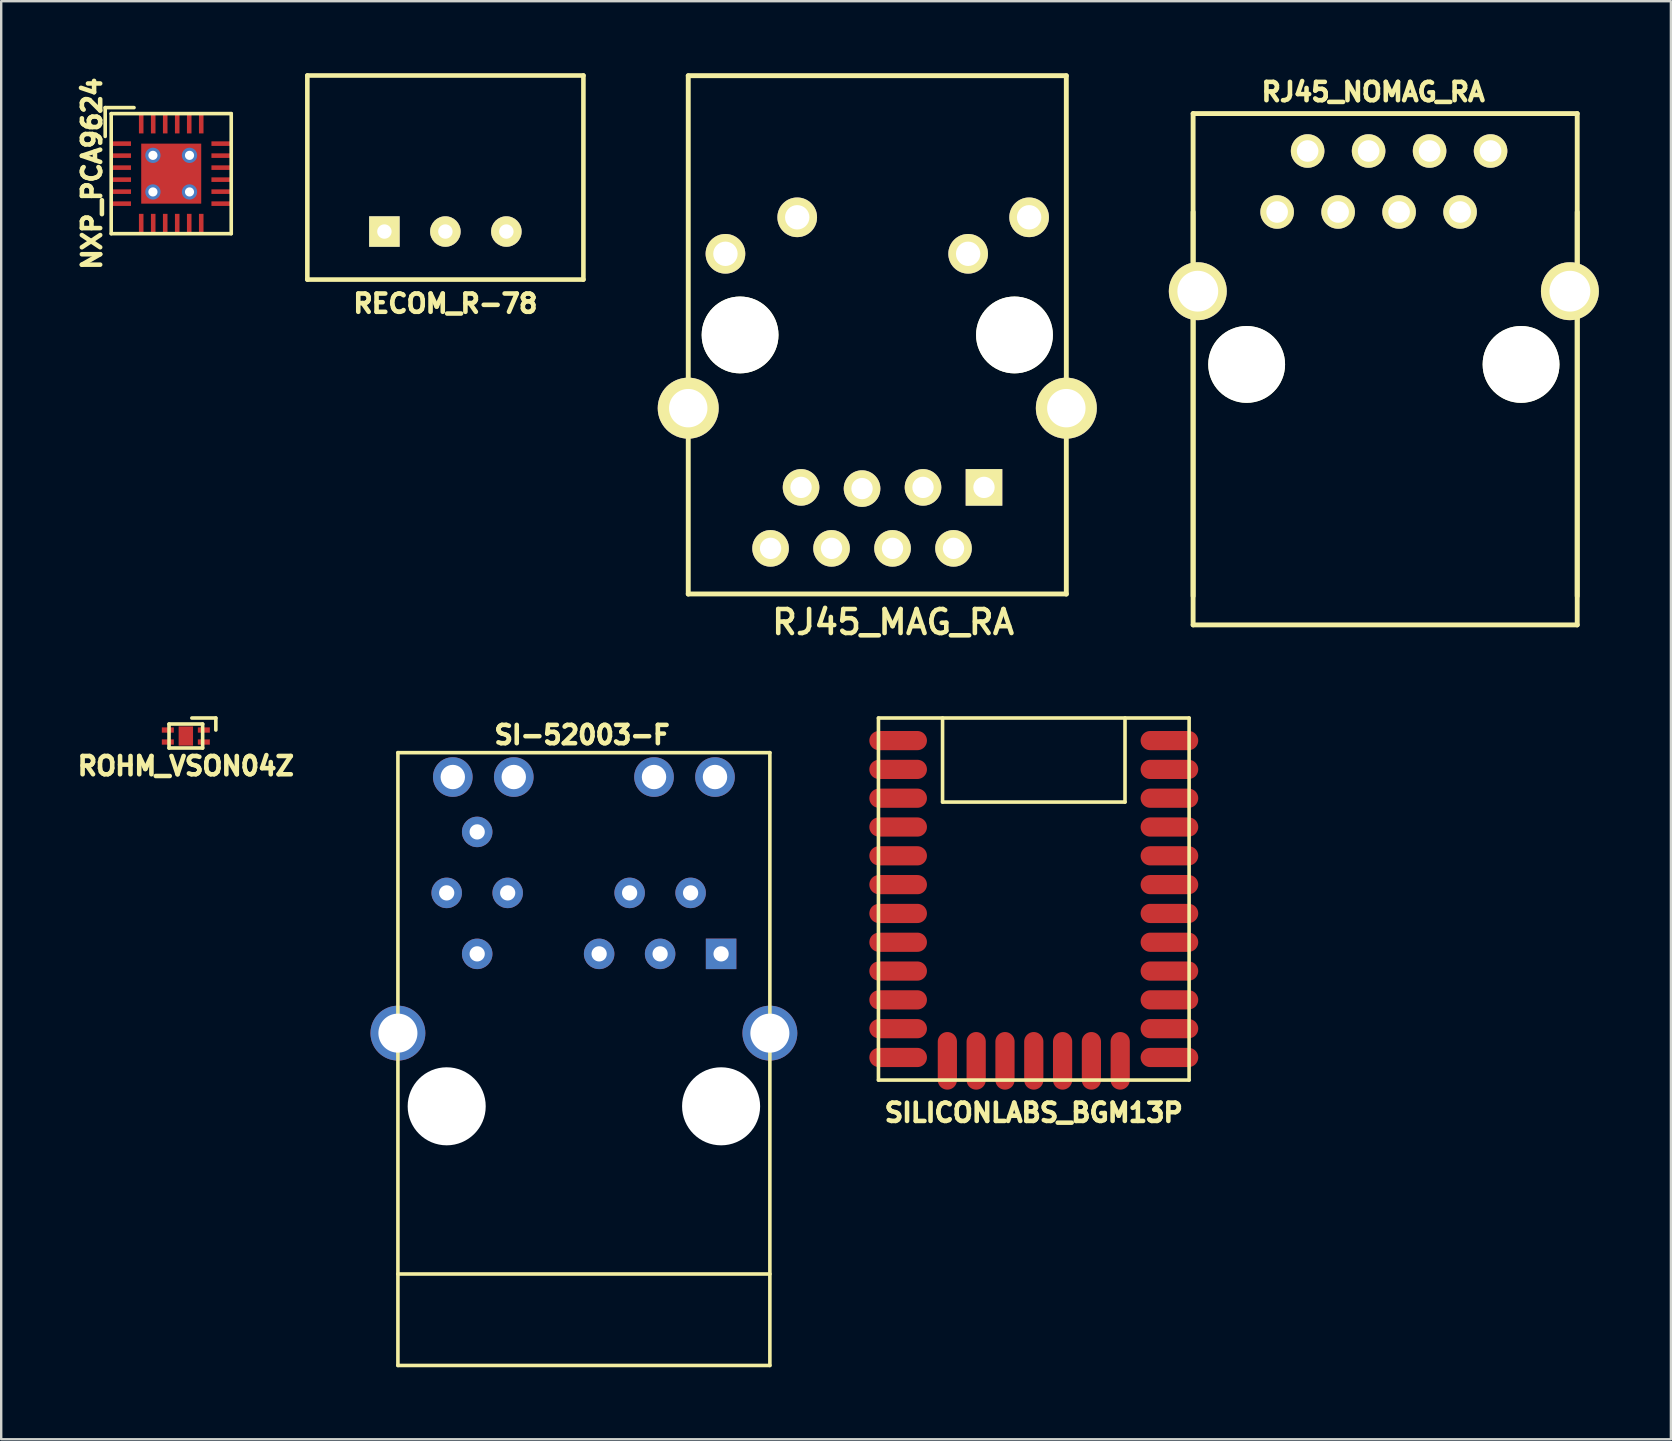
<source format=kicad_pcb>
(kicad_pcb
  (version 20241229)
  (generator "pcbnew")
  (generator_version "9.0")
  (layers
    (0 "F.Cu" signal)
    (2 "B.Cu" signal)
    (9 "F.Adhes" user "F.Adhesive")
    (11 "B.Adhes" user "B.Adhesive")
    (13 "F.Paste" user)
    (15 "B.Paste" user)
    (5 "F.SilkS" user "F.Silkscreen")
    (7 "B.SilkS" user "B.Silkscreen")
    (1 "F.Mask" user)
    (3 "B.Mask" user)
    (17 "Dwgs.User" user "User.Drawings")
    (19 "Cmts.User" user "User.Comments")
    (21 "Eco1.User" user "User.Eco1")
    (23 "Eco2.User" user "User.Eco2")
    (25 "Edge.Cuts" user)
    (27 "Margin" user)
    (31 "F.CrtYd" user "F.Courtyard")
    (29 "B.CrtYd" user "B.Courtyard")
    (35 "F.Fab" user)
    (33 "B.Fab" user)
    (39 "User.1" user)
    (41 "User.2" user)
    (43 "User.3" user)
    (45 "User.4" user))
  (footprint "RECOM_R-78"
    (layer "F.Cu")
    (at 15.502 6.595)
    (property "Reference" "RECOM_R-78" (at 0 3 0) (layer "F.SilkS") (effects (font (size 0.762 0.762) (thickness 0.191))))
    (attr through_hole)
    (fp_line (start -5.75 -6.5) (end 5.75 -6.5) (stroke (width 0.191) (type solid)) (layer "F.SilkS"))
    (fp_line (start -5.75 2) (end -5.75 -6.5) (stroke (width 0.191) (type solid)) (layer "F.SilkS"))
    (fp_line (start -5.75 2) (end 5.75 2) (stroke (width 0.191) (type solid)) (layer "F.SilkS"))
    (fp_line (start 5.75 2) (end 5.75 -6.5) (stroke (width 0.191) (type solid)) (layer "F.SilkS"))
    (pad "1" thru_hole rect (at -2.54 0) (size 1.27 1.27) (drill 0.6) (layers "*.Cu" "*.Mask" "F.SilkS"))
    (pad "2" thru_hole circle (at 0 0) (size 1.27 1.27) (drill 0.6) (layers "*.Cu" "*.Mask" "F.SilkS"))
    (pad "3" thru_hole circle (at 2.54 0) (size 1.27 1.27) (drill 0.6) (layers "*.Cu" "*.Mask" "F.SilkS")))
  (footprint "NXP_PCA9624"
    (layer "F.Cu")
    (at 4.082 4.183)
    (property "Reference" "NXP_PCA9624" (at -3.302 0 90) (layer "F.SilkS") (effects (font (size 0.762 0.762) (thickness 0.191))))
    (attr through_hole)
    (fp_line (start -2.75 -2.75) (end -1.55 -2.75) (stroke (width 0.15) (type solid)) (layer "F.SilkS"))
    (fp_line (start -2.75 -1.55) (end -2.75 -2.75) (stroke (width 0.15) (type solid)) (layer "F.SilkS"))
    (fp_line (start -2.5 -2.5) (end -2.5 2.5) (stroke (width 0.15) (type solid)) (layer "F.SilkS"))
    (fp_line (start -2.5 2.5) (end 2.5 2.5) (stroke (width 0.15) (type solid)) (layer "F.SilkS"))
    (fp_line (start 2.5 -2.5) (end -2.5 -2.5) (stroke (width 0.15) (type solid)) (layer "F.SilkS"))
    (fp_line (start 2.5 2.5) (end 2.5 -2.5) (stroke (width 0.15) (type solid)) (layer "F.SilkS"))
    (pad "1" smd rect (at -2.1 -1.25) (size 0.85 0.19) (layers "F.Cu" "F.Mask"))
    (pad "2" smd rect (at -2.1 -0.75) (size 0.85 0.19) (layers "F.Cu" "F.Mask"))
    (pad "3" smd rect (at -2.1 -0.25) (size 0.85 0.19) (layers "F.Cu" "F.Mask"))
    (pad "4" smd rect (at -2.1 0.25) (size 0.85 0.19) (layers "F.Cu" "F.Mask"))
    (pad "5" smd rect (at -2.1 0.75) (size 0.85 0.19) (layers "F.Cu" "F.Mask"))
    (pad "6" smd rect (at -2.1 1.25) (size 0.85 0.19) (layers "F.Cu" "F.Mask"))
    (pad "7" smd rect (at -1.25 2.1) (size 0.19 0.85) (layers "F.Cu" "F.Mask"))
    (pad "8" smd rect (at -0.75 2.1) (size 0.19 0.85) (layers "F.Cu" "F.Mask"))
    (pad "9" smd rect (at -0.25 2.1) (size 0.19 0.85) (layers "F.Cu" "F.Mask"))
    (pad "10" smd rect (at 0.25 2.1) (size 0.19 0.85) (layers "F.Cu" "F.Mask"))
    (pad "11" smd rect (at 0.75 2.1) (size 0.19 0.85) (layers "F.Cu" "F.Mask"))
    (pad "12" smd rect (at 1.25 2.1) (size 0.19 0.85) (layers "F.Cu" "F.Mask"))
    (pad "13" smd rect (at 2.1 1.25) (size 0.85 0.19) (layers "F.Cu" "F.Mask"))
    (pad "14" smd rect (at 2.1 0.75) (size 0.85 0.19) (layers "F.Cu" "F.Mask"))
    (pad "15" smd rect (at 2.1 0.25) (size 0.85 0.19) (layers "F.Cu" "F.Mask"))
    (pad "16" smd rect (at 2.1 -0.25) (size 0.85 0.19) (layers "F.Cu" "F.Mask"))
    (pad "17" smd rect (at 2.1 -0.75) (size 0.85 0.19) (layers "F.Cu" "F.Mask"))
    (pad "18" smd rect (at 2.1 -1.25) (size 0.85 0.19) (layers "F.Cu" "F.Mask"))
    (pad "19" smd rect (at 1.25 -2.1) (size 0.19 0.85) (layers "F.Cu" "F.Mask"))
    (pad "20" smd rect (at 0.75 -2.1) (size 0.19 0.85) (layers "F.Cu" "F.Mask"))
    (pad "21" smd rect (at 0.25 -2.1) (size 0.19 0.85) (layers "F.Cu" "F.Mask"))
    (pad "22" smd rect (at -0.25 -2.1) (size 0.19 0.85) (layers "F.Cu" "F.Mask"))
    (pad "23" smd rect (at -0.75 -2.1) (size 0.19 0.85) (layers "F.Cu" "F.Mask"))
    (pad "24" smd rect (at -1.25 -2.1) (size 0.19 0.85) (layers "F.Cu" "F.Mask"))
    (pad "25" thru_hole circle (at -0.762 -0.762) (size 0.635 0.635) (drill 0.381) (layers "*.Cu" "F.Mask"))
    (pad "25" thru_hole circle (at -0.762 0.762) (size 0.635 0.635) (drill 0.381) (layers "*.Cu" "F.Mask"))
    (pad "25" smd rect (at 0 0) (size 2.5 2.5) (layers "F.Cu" "F.Mask"))
    (pad "25" thru_hole circle (at 0.762 -0.762) (size 0.635 0.635) (drill 0.381) (layers "*.Cu" "*.Mask"))
    (pad "25" thru_hole circle (at 0.762 0.762) (size 0.635 0.635) (drill 0.381) (layers "*.Cu" "F.Mask")))
  (footprint "RJ45_MAG_RA"
    (layer "F.Cu")
    (at 39.208 10.902)
    (property "Reference" "RJ45_MAG_RA" (at -5.055 11.963 0) (layer "F.SilkS") (effects (font (size 1 1) (thickness 0.191))))
    (attr through_hole)
    (fp_line (start -13.589 10.795) (end -13.589 -10.795) (stroke (width 0.203) (type solid)) (layer "F.SilkS"))
    (fp_line (start 2.159 10.795) (end 2.159 -10.795) (stroke (width 0.203) (type solid)) (layer "F.SilkS"))
    (fp_line (start 2.16 -10.8) (end -13.59 -10.8) (stroke (width 0.203) (type solid)) (layer "F.SilkS"))
    (fp_line (start 2.16 10.79) (end -13.59 10.79) (stroke (width 0.203) (type solid)) (layer "F.SilkS"))
    (pad "" np_thru_hole circle (at -11.43 0) (size 3.2 3.2) (drill 3.2) (layers "*.Cu" "*.Mask" "F.SilkS"))
    (pad "" np_thru_hole circle (at 0 0) (size 3.2 3.2) (drill 3.2) (layers "*.Cu" "*.Mask" "F.SilkS"))
    (pad "1" thru_hole rect (at -1.27 6.35) (size 1.524 1.524) (drill 0.889) (layers "*.Cu" "*.Mask" "F.SilkS"))
    (pad "2" thru_hole circle (at -2.54 8.89) (size 1.524 1.524) (drill 0.889) (layers "*.Cu" "*.Mask" "F.SilkS"))
    (pad "3" thru_hole circle (at -3.81 6.35) (size 1.524 1.524) (drill 0.889) (layers "*.Cu" "*.Mask" "F.SilkS"))
    (pad "4" thru_hole circle (at -5.08 8.89) (size 1.524 1.524) (drill 0.889) (layers "*.Cu" "*.Mask" "F.SilkS"))
    (pad "5" thru_hole circle (at -6.35 6.4) (size 1.524 1.524) (drill 0.889) (layers "*.Cu" "*.Mask" "F.SilkS"))
    (pad "6" thru_hole circle (at -7.62 8.89) (size 1.524 1.524) (drill 0.889) (layers "*.Cu" "*.Mask" "F.SilkS"))
    (pad "7" thru_hole circle (at -8.89 6.35) (size 1.524 1.524) (drill 0.889) (layers "*.Cu" "*.Mask" "F.SilkS"))
    (pad "8" thru_hole circle (at -10.16 8.89) (size 1.524 1.524) (drill 0.889) (layers "*.Cu" "*.Mask" "F.SilkS"))
    (pad "9" thru_hole circle (at 0.61 -4.9) (size 1.651 1.651) (drill 1.016) (layers "*.Cu" "*.Mask" "F.SilkS"))
    (pad "10" thru_hole circle (at -1.93 -3.38) (size 1.651 1.651) (drill 1.016) (layers "*.Cu" "*.Mask" "F.SilkS"))
    (pad "11" thru_hole circle (at -9.05 -4.9) (size 1.651 1.651) (drill 1.016) (layers "*.Cu" "*.Mask" "F.SilkS"))
    (pad "12" thru_hole circle (at -12.04 -3.38) (size 1.651 1.651) (drill 1.016) (layers "*.Cu" "*.Mask" "F.SilkS"))
    (pad "SH1" thru_hole circle (at -13.59 3.05) (size 2.54 2.54) (drill 1.6) (layers "*.Cu" "*.Mask" "F.SilkS"))
    (pad "SH2" thru_hole circle (at 2.16 3.05) (size 2.54 2.54) (drill 1.6) (layers "*.Cu" "*.Mask" "F.SilkS")))
  (footprint "RJ45_NOMAG_RA"
    (layer "F.Cu")
    (at 50.149 5.78)
    (property "Reference" "RJ45_NOMAG_RA" (at 4 -5 0) (layer "F.SilkS") (effects (font (size 0.762 0.762) (thickness 0.191))))
    (attr through_hole)
    (fp_line (start -3.5 -4.1) (end -3.5 17.2) (stroke (width 0.203) (type solid)) (layer "F.SilkS"))
    (fp_line (start -3.5 0) (end -3.5 16) (stroke (width 0.203) (type solid)) (layer "F.SilkS"))
    (fp_line (start -3.5 17.2) (end 12.5 17.2) (stroke (width 0.203) (type solid)) (layer "F.SilkS"))
    (fp_line (start 12.5 -4.1) (end -3.5 -4.1) (stroke (width 0.203) (type solid)) (layer "F.SilkS"))
    (fp_line (start 12.5 0) (end 12.5 16) (stroke (width 0.203) (type solid)) (layer "F.SilkS"))
    (fp_line (start 12.5 17.2) (end 12.5 -4.1) (stroke (width 0.203) (type solid)) (layer "F.SilkS"))
    (pad "" np_thru_hole circle (at -1.27 6.35) (size 3.2 3.2) (drill 3.2) (layers "*.Cu" "*.Mask" "F.SilkS"))
    (pad "" np_thru_hole circle (at 10.16 6.35) (size 3.2 3.2) (drill 3.2) (layers "*.Cu" "*.Mask" "F.SilkS"))
    (pad "1" thru_hole circle (at 0 0) (size 1.397 1.397) (drill 0.9) (layers "*.Cu" "*.Mask" "F.SilkS"))
    (pad "2" thru_hole circle (at 1.27 -2.54) (size 1.397 1.397) (drill 0.9) (layers "*.Cu" "*.Mask" "F.SilkS"))
    (pad "3" thru_hole circle (at 2.54 0) (size 1.397 1.397) (drill 0.9) (layers "*.Cu" "*.Mask" "F.SilkS"))
    (pad "4" thru_hole circle (at 3.81 -2.54) (size 1.397 1.397) (drill 0.9) (layers "*.Cu" "*.Mask" "F.SilkS"))
    (pad "5" thru_hole circle (at 5.08 0) (size 1.397 1.397) (drill 0.9) (layers "*.Cu" "*.Mask" "F.SilkS"))
    (pad "6" thru_hole circle (at 6.35 -2.54) (size 1.397 1.397) (drill 0.9) (layers "*.Cu" "*.Mask" "F.SilkS"))
    (pad "7" thru_hole circle (at 7.62 0) (size 1.397 1.397) (drill 0.9) (layers "*.Cu" "*.Mask" "F.SilkS"))
    (pad "8" thru_hole circle (at 8.89 -2.54) (size 1.397 1.397) (drill 0.9) (layers "*.Cu" "*.Mask" "F.SilkS"))
    (pad "SH1" thru_hole circle (at -3.305 3.3) (size 2.413 2.413) (drill 1.7) (layers "*.Cu" "*.Mask" "F.SilkS"))
    (pad "SH2" thru_hole circle (at 12.195 3.3) (size 2.413 2.413) (drill 1.7) (layers "*.Cu" "*.Mask" "F.SilkS")))
  (footprint "SI-52003-F"
    (layer "F.Cu")
    (at 26.987 36.683)
    (property "Reference" "SI-52003-F" (at -5.791 -9.119 0) (layer "F.SilkS") (effects (font (size 0.762 0.762) (thickness 0.191))))
    (attr through_hole)
    (fp_line (start -13.462 -8.382) (end -13.462 17.145) (stroke (width 0.15) (type solid)) (layer "F.SilkS"))
    (fp_line (start -13.462 13.335) (end 2.032 13.335) (stroke (width 0.15) (type solid)) (layer "F.SilkS"))
    (fp_line (start -13.462 17.145) (end 2.032 17.145) (stroke (width 0.15) (type solid)) (layer "F.SilkS"))
    (fp_line (start 2.032 -8.382) (end -13.462 -8.382) (stroke (width 0.15) (type solid)) (layer "F.SilkS"))
    (fp_line (start 2.032 17.145) (end 2.032 -8.382) (stroke (width 0.15) (type solid)) (layer "F.SilkS"))
    (pad "" np_thru_hole circle (at -11.43 6.35) (size 3.251 3.251) (drill 3.251) (layers "*.Cu" "*.Mask"))
    (pad "" np_thru_hole circle (at 0 6.35) (size 3.251 3.251) (drill 3.251) (layers "*.Cu" "*.Mask"))
    (pad "1" thru_hole rect (at 0 0) (size 1.27 1.27) (drill 0.635) (layers "*.Cu" "*.Mask"))
    (pad "2" thru_hole circle (at -1.27 -2.54) (size 1.27 1.27) (drill 0.635) (layers "*.Cu" "*.Mask"))
    (pad "3" thru_hole circle (at -2.54 0) (size 1.27 1.27) (drill 0.635) (layers "*.Cu" "*.Mask"))
    (pad "4" thru_hole circle (at -3.81 -2.54) (size 1.27 1.27) (drill 0.635) (layers "*.Cu" "*.Mask"))
    (pad "5" thru_hole circle (at -5.08 0) (size 1.27 1.27) (drill 0.635) (layers "*.Cu" "*.Mask"))
    (pad "8" thru_hole circle (at -8.89 -2.54) (size 1.27 1.27) (drill 0.635) (layers "*.Cu" "*.Mask"))
    (pad "9" thru_hole circle (at -10.16 0) (size 1.27 1.27) (drill 0.635) (layers "*.Cu" "*.Mask"))
    (pad "10" thru_hole circle (at -11.43 -2.54) (size 1.27 1.27) (drill 0.635) (layers "*.Cu" "*.Mask"))
    (pad "11" thru_hole circle (at -10.16 -5.08) (size 1.27 1.27) (drill 0.635) (layers "*.Cu" "*.Mask"))
    (pad "12" thru_hole circle (at -11.176 -7.366) (size 1.651 1.651) (drill 1.016) (layers "*.Cu" "*.Mask"))
    (pad "13" thru_hole circle (at -8.636 -7.366) (size 1.651 1.651) (drill 1.016) (layers "*.Cu" "*.Mask"))
    (pad "14" thru_hole circle (at -2.794 -7.366) (size 1.651 1.651) (drill 1.016) (layers "*.Cu" "*.Mask"))
    (pad "15" thru_hole circle (at -0.254 -7.366) (size 1.651 1.651) (drill 1.016) (layers "*.Cu" "*.Mask"))
    (pad "SH1" thru_hole circle (at 2.032 3.302) (size 2.286 2.286) (drill 1.626) (layers "*.Cu" "*.Mask"))
    (pad "SH2" thru_hole circle (at -13.462 3.302) (size 2.286 2.286) (drill 1.626) (layers "*.Cu" "*.Mask")))
  (footprint "SILICONLABS_BGM13P"
    (layer "F.Cu")
    (at 40.012 34.399)
    (property "Reference" "SILICONLABS_BGM13P" (at 0 8.9 0) (layer "F.SilkS") (effects (font (size 0.762 0.762) (thickness 0.191))))
    (attr through_hole)
    (fp_line (start -6.47 -7.54) (end -6.47 7.54) (stroke (width 0.15) (type solid)) (layer "F.SilkS"))
    (fp_line (start -6.47 -7.54) (end 6.47 -7.54) (stroke (width 0.15) (type solid)) (layer "F.SilkS"))
    (fp_line (start -6.47 7.54) (end 6.47 7.54) (stroke (width 0.15) (type solid)) (layer "F.SilkS"))
    (fp_line (start -3.8 -7.54) (end -3.8 -4.04) (stroke (width 0.15) (type solid)) (layer "F.SilkS"))
    (fp_line (start -3.8 -4.04) (end 3.8 -4.04) (stroke (width 0.15) (type solid)) (layer "F.SilkS"))
    (fp_line (start 3.8 -7.54) (end 3.8 -4.04) (stroke (width 0.15) (type solid)) (layer "F.SilkS"))
    (fp_line (start 6.47 -7.54) (end 6.47 7.54) (stroke (width 0.15) (type solid)) (layer "F.SilkS"))
    (pad "1" smd oval (at -5.65 -6.6) (size 2.4 0.8) (layers "F.Cu" "F.Mask" "F.Paste"))
    (pad "2" smd oval (at -5.65 -5.4) (size 2.4 0.8) (layers "F.Cu" "F.Mask" "F.Paste"))
    (pad "3" smd oval (at -5.65 -4.2) (size 2.4 0.8) (layers "F.Cu" "F.Mask" "F.Paste"))
    (pad "4" smd oval (at -5.65 -3) (size 2.4 0.8) (layers "F.Cu" "F.Mask" "F.Paste"))
    (pad "5" smd oval (at -5.65 -1.8) (size 2.4 0.8) (layers "F.Cu" "F.Mask" "F.Paste"))
    (pad "6" smd oval (at -5.65 -0.6) (size 2.4 0.8) (layers "F.Cu" "F.Mask" "F.Paste"))
    (pad "7" smd oval (at -5.65 0.6) (size 2.4 0.8) (layers "F.Cu" "F.Mask" "F.Paste"))
    (pad "8" smd oval (at -5.65 1.8) (size 2.4 0.8) (layers "F.Cu" "F.Mask" "F.Paste"))
    (pad "9" smd oval (at -5.65 3) (size 2.4 0.8) (layers "F.Cu" "F.Mask" "F.Paste"))
    (pad "10" smd oval (at -5.65 4.2) (size 2.4 0.8) (layers "F.Cu" "F.Mask" "F.Paste"))
    (pad "11" smd oval (at -5.65 5.4) (size 2.4 0.8) (layers "F.Cu" "F.Mask" "F.Paste"))
    (pad "12" smd oval (at -5.65 6.6) (size 2.4 0.8) (layers "F.Cu" "F.Mask" "F.Paste"))
    (pad "13" smd oval (at -3.6 6.74) (size 0.8 2.4) (layers "F.Cu" "F.Mask" "F.Paste"))
    (pad "14" smd oval (at -2.4 6.74) (size 0.8 2.4) (layers "F.Cu" "F.Mask" "F.Paste"))
    (pad "15" smd oval (at -1.2 6.74) (size 0.8 2.4) (layers "F.Cu" "F.Mask" "F.Paste"))
    (pad "16" smd oval (at 0 6.74) (size 0.8 2.4) (layers "F.Cu" "F.Mask" "F.Paste"))
    (pad "17" smd oval (at 1.2 6.74) (size 0.8 2.4) (layers "F.Cu" "F.Mask" "F.Paste"))
    (pad "18" smd oval (at 2.4 6.74) (size 0.8 2.4) (layers "F.Cu" "F.Mask" "F.Paste"))
    (pad "19" smd oval (at 3.6 6.74) (size 0.8 2.4) (layers "F.Cu" "F.Mask" "F.Paste"))
    (pad "20" smd oval (at 5.65 6.6) (size 2.4 0.8) (layers "F.Cu" "F.Mask" "F.Paste"))
    (pad "21" smd oval (at 5.65 5.4) (size 2.4 0.8) (layers "F.Cu" "F.Mask" "F.Paste"))
    (pad "22" smd oval (at 5.65 4.2) (size 2.4 0.8) (layers "F.Cu" "F.Mask" "F.Paste"))
    (pad "23" smd oval (at 5.65 3) (size 2.4 0.8) (layers "F.Cu" "F.Mask" "F.Paste"))
    (pad "24" smd oval (at 5.65 1.8) (size 2.4 0.8) (layers "F.Cu" "F.Mask" "F.Paste"))
    (pad "25" smd oval (at 5.65 0.6) (size 2.4 0.8) (layers "F.Cu" "F.Mask" "F.Paste"))
    (pad "26" smd oval (at 5.65 -0.6) (size 2.4 0.8) (layers "F.Cu" "F.Mask" "F.Paste"))
    (pad "27" smd oval (at 5.65 -1.8) (size 2.4 0.8) (layers "F.Cu" "F.Mask" "F.Paste"))
    (pad "28" smd oval (at 5.65 -3) (size 2.4 0.8) (layers "F.Cu" "F.Mask" "F.Paste"))
    (pad "29" smd oval (at 5.65 -4.2) (size 2.4 0.8) (layers "F.Cu" "F.Mask" "F.Paste"))
    (pad "30" smd oval (at 5.65 -5.4) (size 2.4 0.8) (layers "F.Cu" "F.Mask" "F.Paste"))
    (pad "31" smd oval (at 5.65 -6.6) (size 2.4 0.8) (layers "F.Cu" "F.Mask" "F.Paste")))
  (footprint "ROHM_VSON04Z"
    (layer "F.Cu")
    (at 4.691 27.609)
    (property "Reference" "ROHM_VSON04Z" (at 0 1.25 0) (layer "F.SilkS") (effects (font (size 0.762 0.762) (thickness 0.191))))
    (attr through_hole)
    (fp_line (start -0.7 -0.5) (end -0.7 0.5) (stroke (width 0.15) (type solid)) (layer "F.SilkS"))
    (fp_line (start -0.7 -0.5) (end 0.7 -0.5) (stroke (width 0.15) (type solid)) (layer "F.SilkS"))
    (fp_line (start -0.7 0.5) (end 0.7 0.5) (stroke (width 0.15) (type solid)) (layer "F.SilkS"))
    (fp_line (start 0.25 -0.75) (end 1.25 -0.75) (stroke (width 0.15) (type solid)) (layer "F.SilkS"))
    (fp_line (start 0.7 -0.5) (end 0.7 0.5) (stroke (width 0.15) (type solid)) (layer "F.SilkS"))
    (fp_line (start 1.25 -0.75) (end 1.25 -0.25) (stroke (width 0.15) (type solid)) (layer "F.SilkS"))
    (pad "1" smd rect (at 0.75 -0.25) (size 0.5 0.22) (layers "F.Cu" "F.Mask" "F.Paste"))
    (pad "2" smd rect (at -0.75 -0.25) (size 0.5 0.22) (layers "F.Cu" "F.Mask" "F.Paste"))
    (pad "3" smd rect (at -0.75 0.25) (size 0.5 0.22) (layers "F.Cu" "F.Mask" "F.Paste"))
    (pad "4" smd rect (at 0.75 0.25) (size 0.5 0.22) (layers "F.Cu" "F.Mask" "F.Paste"))
    (pad "PAD" smd rect (at 0 0) (size 0.6 0.8) (layers "F.Cu" "F.Mask" "F.Paste")))
  (gr_rect
    (start -3 -3)
    (end 66.551 56.903)
    (stroke (width 0.1) (type default))
    (fill no)
    (layer "Edge.Cuts")))
</source>
